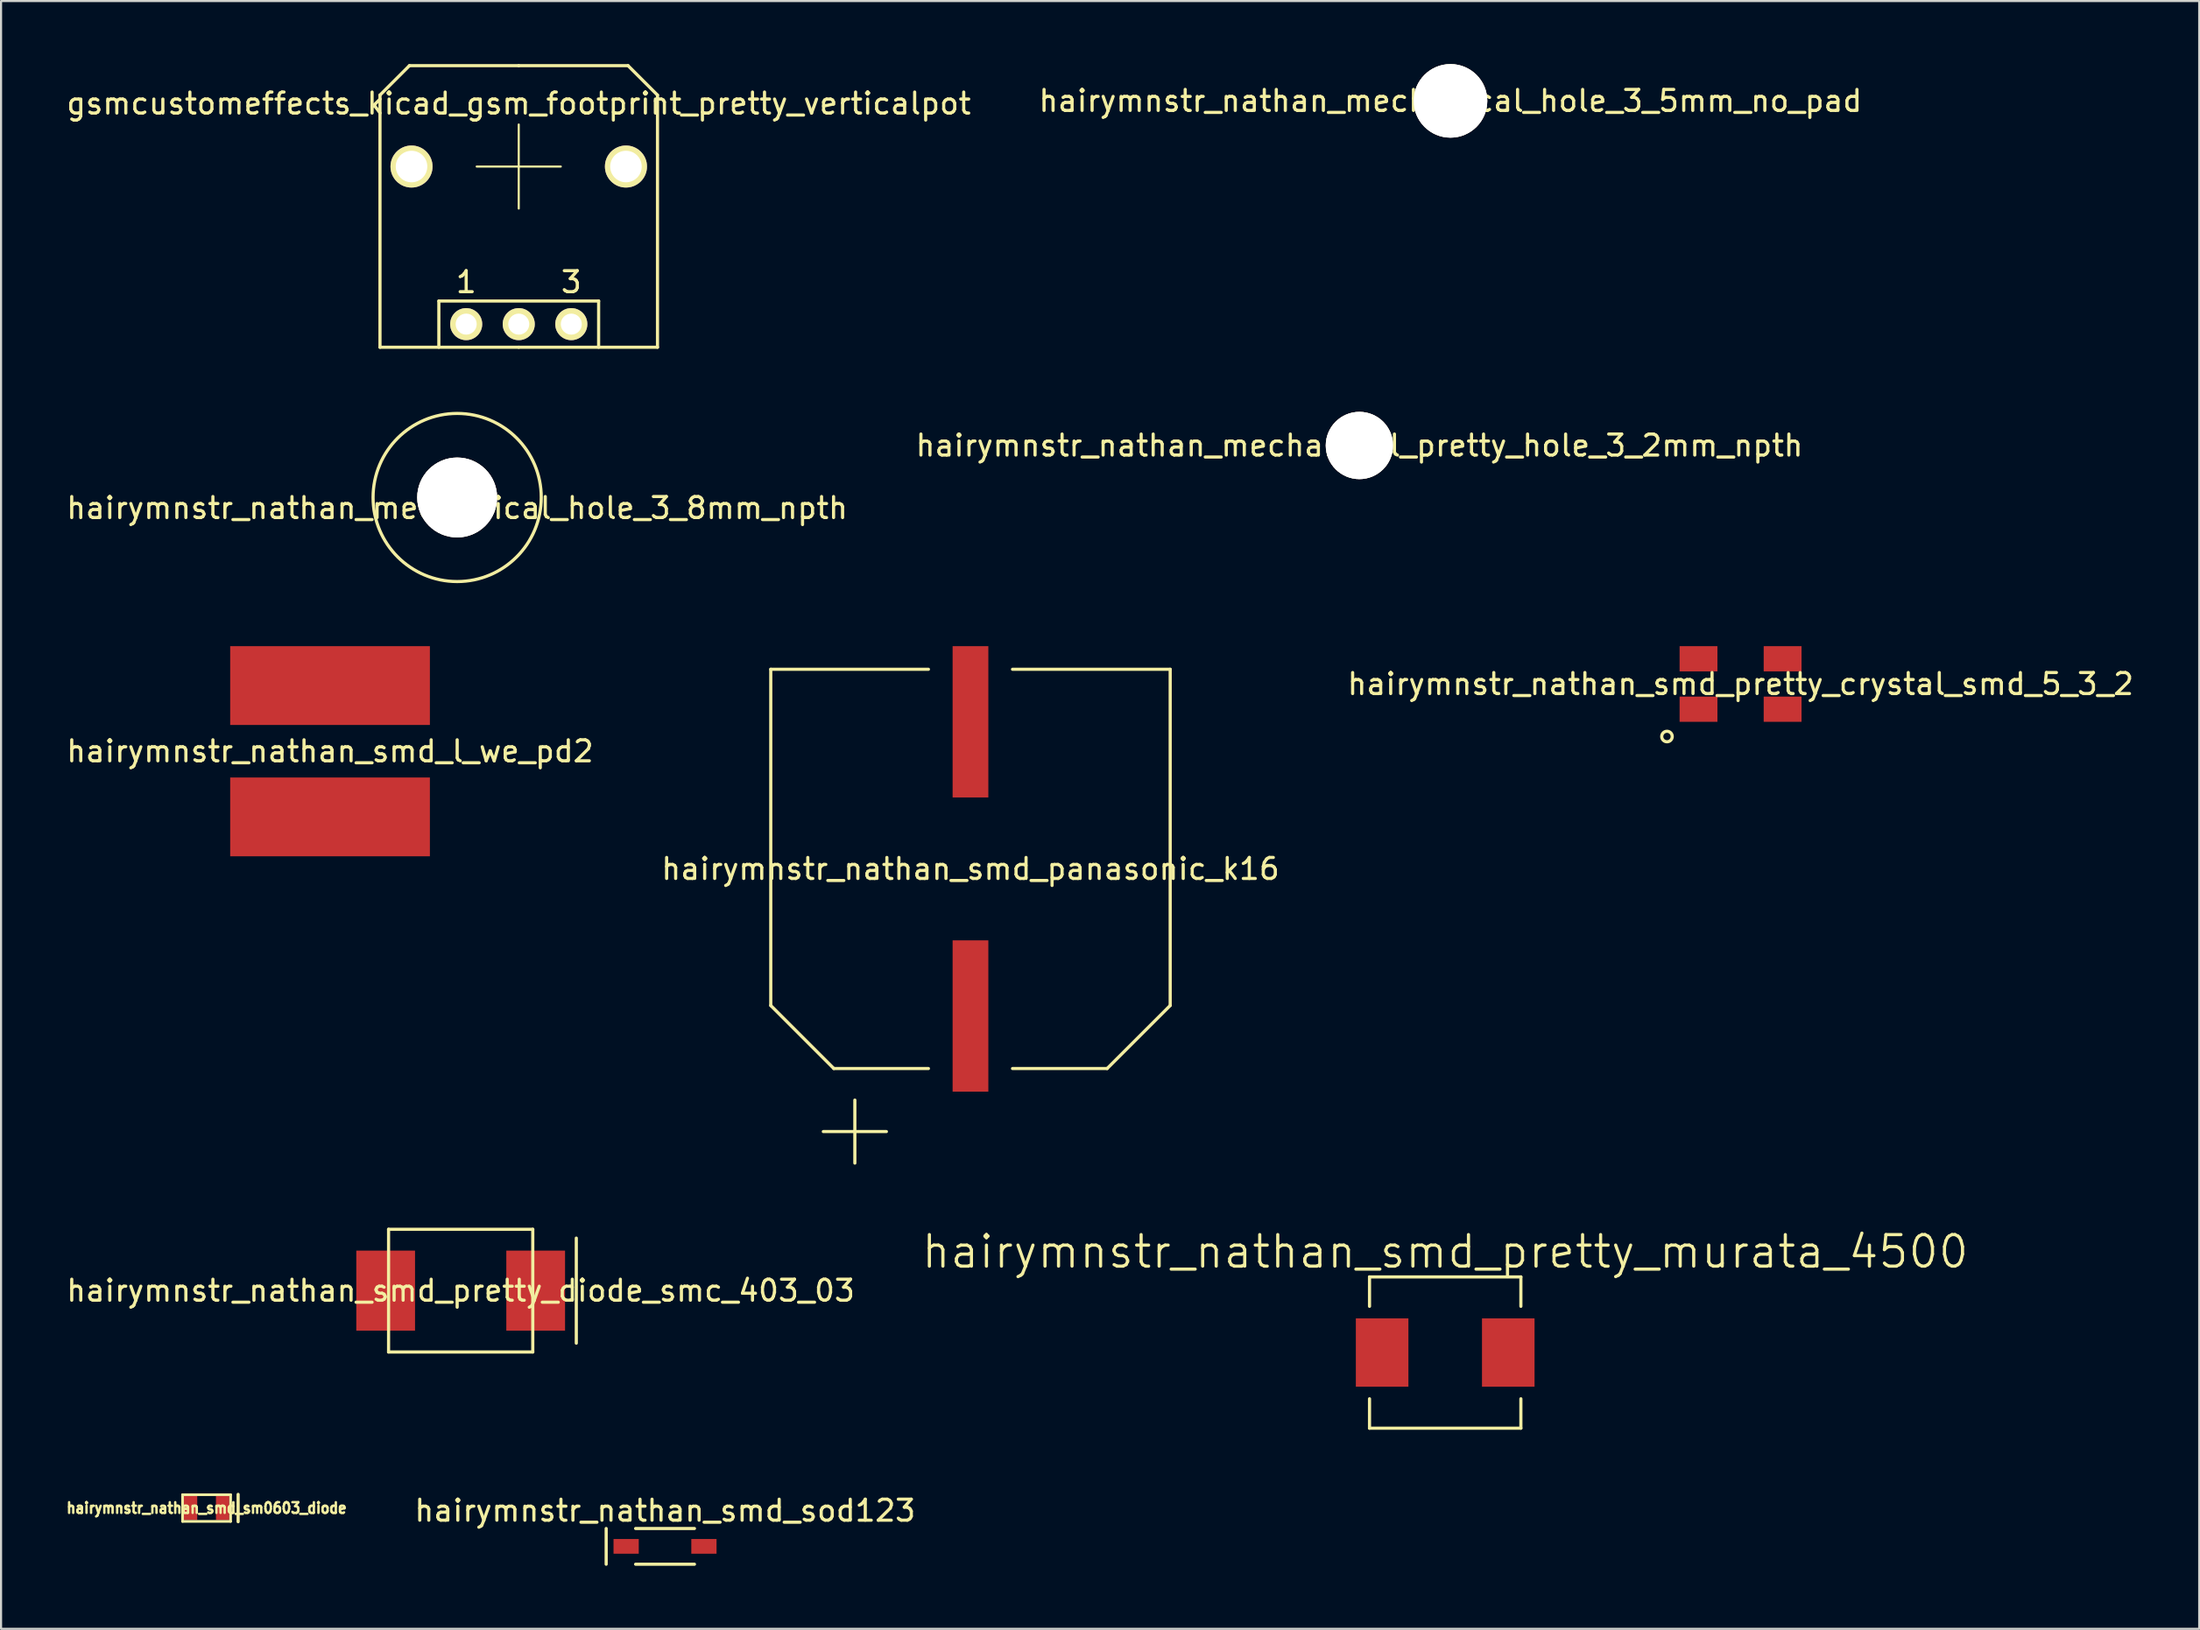
<source format=kicad_pcb>
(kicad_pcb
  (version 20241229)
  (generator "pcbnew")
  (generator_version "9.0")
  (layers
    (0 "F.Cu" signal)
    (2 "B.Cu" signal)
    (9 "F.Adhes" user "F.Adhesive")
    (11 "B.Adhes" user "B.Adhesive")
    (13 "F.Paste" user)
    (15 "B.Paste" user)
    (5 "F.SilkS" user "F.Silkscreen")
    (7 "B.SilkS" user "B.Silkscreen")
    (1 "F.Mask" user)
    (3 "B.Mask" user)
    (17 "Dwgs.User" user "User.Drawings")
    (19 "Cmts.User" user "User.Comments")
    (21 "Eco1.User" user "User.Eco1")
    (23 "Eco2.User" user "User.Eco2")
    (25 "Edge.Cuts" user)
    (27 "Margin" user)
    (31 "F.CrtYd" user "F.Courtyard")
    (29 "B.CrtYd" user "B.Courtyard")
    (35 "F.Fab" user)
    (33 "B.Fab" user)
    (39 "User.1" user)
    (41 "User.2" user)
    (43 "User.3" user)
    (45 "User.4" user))
  (footprint "hairymnstr_nathan_smd_sm0603_diode"
    (layer "F.Cu")
    (at 6.777 68.716)
    (property "Reference" "hairymnstr_nathan_smd_sm0603_diode" (at 0 0 0) (layer "F.SilkS") (effects (font (size 0.508 0.457) (thickness 0.114))))
    (attr smd)
    (fp_line (start -1.143 -0.635) (end 1.143 -0.635) (stroke (width 0.127) (type solid)) (layer "F.SilkS"))
    (fp_line (start -1.143 0.635) (end -1.143 -0.635) (stroke (width 0.127) (type solid)) (layer "F.SilkS"))
    (fp_line (start 1.143 -0.635) (end 1.143 0.635) (stroke (width 0.127) (type solid)) (layer "F.SilkS"))
    (fp_line (start 1.143 0.635) (end -1.143 0.635) (stroke (width 0.127) (type solid)) (layer "F.SilkS"))
    (fp_line (start 1.5 -0.65) (end 1.5 0.65) (stroke (width 0.15) (type solid)) (layer "F.SilkS"))
    (pad "1" smd rect (at -0.762 0) (size 0.635 1.143) (layers "F.Cu" "F.Mask" "F.Paste"))
    (pad "2" smd rect (at 0.762 0) (size 0.635 1.143) (layers "F.Cu" "F.Mask" "F.Paste")))
  (footprint "hairymnstr_nathan_smd_panasonic_k16"
    (layer "F.Cu")
    (at 43.113 38.3)
    (property "Reference" "hairymnstr_nathan_smd_panasonic_k16" (at 0 0 0) (layer "F.SilkS") (effects (font (size 1 1) (thickness 0.15))))
    (attr through_hole)
    (fp_line (start -9.5 -9.5) (end -2 -9.5) (stroke (width 0.15) (type solid)) (layer "F.SilkS"))
    (fp_line (start -9.5 6.5) (end -9.5 -9.5) (stroke (width 0.15) (type solid)) (layer "F.SilkS"))
    (fp_line (start -7 12.5) (end -4 12.5) (stroke (width 0.15) (type solid)) (layer "F.SilkS"))
    (fp_line (start -6.5 9.5) (end -9.5 6.5) (stroke (width 0.15) (type solid)) (layer "F.SilkS"))
    (fp_line (start -5.5 14) (end -5.5 11) (stroke (width 0.15) (type solid)) (layer "F.SilkS"))
    (fp_line (start -2 9.5) (end -6.5 9.5) (stroke (width 0.15) (type solid)) (layer "F.SilkS"))
    (fp_line (start 2 -9.5) (end 9.5 -9.5) (stroke (width 0.15) (type solid)) (layer "F.SilkS"))
    (fp_line (start 2 9.5) (end 6.5 9.5) (stroke (width 0.15) (type solid)) (layer "F.SilkS"))
    (fp_line (start 6.5 9.5) (end 9.5 6.5) (stroke (width 0.15) (type solid)) (layer "F.SilkS"))
    (fp_line (start 9.5 6.5) (end 9.5 -9.5) (stroke (width 0.15) (type solid)) (layer "F.SilkS"))
    (pad "1" smd rect (at 0 7) (size 1.7 7.2) (layers "F.Cu" "F.Mask" "F.Paste"))
    (pad "2" smd rect (at 0 -7) (size 1.7 7.2) (layers "F.Cu" "F.Mask" "F.Paste")))
  (footprint "hairymnstr_nathan_mechanical_pretty_hole_3_2mm_npth"
    (layer "F.Cu")
    (at 61.613 18.15)
    (property "Reference" "hairymnstr_nathan_mechanical_pretty_hole_3_2mm_npth" (at 0 0 0) (layer "F.SilkS") (effects (font (size 1 1) (thickness 0.15))))
    (attr through_hole)
    (pad "1" thru_hole circle (at 0 0) (size 3.2 3.2) (drill 3.2) (layers "*.Cu" "*.Mask" "F.SilkS")))
  (footprint "gsmcustomeffects_kicad_gsm_footprint_pretty_verticalpot"
    (layer "F.Cu")
    (at 21.625 4.875)
    (property "Reference" "gsmcustomeffects_kicad_gsm_footprint_pretty_verticalpot" (at 0 -3 0) (layer "F.SilkS") (effects (font (size 1 1) (thickness 0.15))))
    (attr through_hole)
    (fp_line (start -6.6 -3.4) (end -5.2 -4.8) (stroke (width 0.15) (type solid)) (layer "F.SilkS"))
    (fp_line (start -6.6 8.6) (end -6.6 -3.4) (stroke (width 0.15) (type solid)) (layer "F.SilkS"))
    (fp_line (start -6.6 8.6) (end 0 8.6) (stroke (width 0.15) (type solid)) (layer "F.SilkS"))
    (fp_line (start -5.2 -4.8) (end 0 -4.8) (stroke (width 0.15) (type solid)) (layer "F.SilkS"))
    (fp_line (start -3.8 6.4) (end 3.8 6.4) (stroke (width 0.15) (type solid)) (layer "F.SilkS"))
    (fp_line (start -3.8 8.6) (end -3.8 6.4) (stroke (width 0.15) (type solid)) (layer "F.SilkS"))
    (fp_line (start -2 0) (end 2 0) (stroke (width 0.1) (type solid)) (layer "F.SilkS"))
    (fp_line (start 0 -4.8) (end 5.2 -4.8) (stroke (width 0.15) (type solid)) (layer "F.SilkS"))
    (fp_line (start 0 -2) (end 0 2) (stroke (width 0.1) (type solid)) (layer "F.SilkS"))
    (fp_line (start 3.8 6.4) (end 3.8 8.6) (stroke (width 0.15) (type solid)) (layer "F.SilkS"))
    (fp_line (start 6.6 -3.4) (end 5.2 -4.8) (stroke (width 0.15) (type solid)) (layer "F.SilkS"))
    (fp_line (start 6.6 -3.4) (end 6.6 8.6) (stroke (width 0.15) (type solid)) (layer "F.SilkS"))
    (fp_line (start 6.6 8.6) (end 0 8.6) (stroke (width 0.15) (type solid)) (layer "F.SilkS"))
    (fp_text user "3" (at 2.5 5.5 0) (layer "F.SilkS") (effects (font (size 1 1) (thickness 0.15))))
    (fp_text user "1" (at -2.5 5.5 0) (layer "F.SilkS") (effects (font (size 1 1) (thickness 0.15))))
    (pad "1" thru_hole circle (at -2.5 7.5) (size 1.524 1.524) (drill 1) (layers "*.Cu" "*.Mask" "F.SilkS"))
    (pad "2" thru_hole circle (at 0 7.5) (size 1.524 1.524) (drill 1) (layers "*.Cu" "*.Mask" "F.SilkS"))
    (pad "3" thru_hole circle (at 2.5 7.5) (size 1.524 1.524) (drill 1) (layers "*.Cu" "*.Mask" "F.SilkS"))
    (pad "4" thru_hole circle (at -5.1 0) (size 2 2) (drill 1.5) (layers "*.Cu" "*.Mask" "F.SilkS"))
    (pad "5" thru_hole circle (at 5.1 0) (size 2 2) (drill 1.5) (layers "*.Cu" "*.Mask" "F.SilkS")))
  (footprint "hairymnstr_nathan_smd_l_we_pd2"
    (layer "F.Cu")
    (at 12.649 32.7)
    (property "Reference" "hairymnstr_nathan_smd_l_we_pd2" (at 0 0 0) (layer "F.SilkS") (effects (font (size 1 1) (thickness 0.15))))
    (attr through_hole)
    (pad "1" smd rect (at 0 3.125) (size 9.5 3.75) (layers "F.Cu" "F.Mask" "F.Paste"))
    (pad "2" smd rect (at 0 -3.125) (size 9.5 3.75) (layers "F.Cu" "F.Mask" "F.Paste")))
  (footprint "hairymnstr_nathan_smd_pretty_diode_smc_403_03"
    (layer "F.Cu")
    (at 18.863 58.37)
    (property "Reference" "hairymnstr_nathan_smd_pretty_diode_smc_403_03" (at 0 0 0) (layer "F.SilkS") (effects (font (size 1 1) (thickness 0.15))))
    (attr through_hole)
    (fp_line (start -3.43 -2.92) (end 3.43 -2.92) (stroke (width 0.15) (type solid)) (layer "F.SilkS"))
    (fp_line (start -3.43 2.92) (end -3.43 -2.92) (stroke (width 0.15) (type solid)) (layer "F.SilkS"))
    (fp_line (start 3.43 -2.92) (end 3.43 2.92) (stroke (width 0.15) (type solid)) (layer "F.SilkS"))
    (fp_line (start 3.43 2.92) (end -3.43 2.92) (stroke (width 0.15) (type solid)) (layer "F.SilkS"))
    (fp_line (start 5.5 -2.5) (end 5.5 2.5) (stroke (width 0.15) (type solid)) (layer "F.SilkS"))
    (pad "1" smd rect (at -3.568 0) (size 2.794 3.81) (layers "F.Cu" "F.Mask" "F.Paste"))
    (pad "2" smd rect (at 3.568 0) (size 2.794 3.81) (layers "F.Cu" "F.Mask" "F.Paste")))
  (footprint "hairymnstr_nathan_smd_pretty_crystal_smd_5_3_2"
    (layer "F.Cu")
    (at 79.744 29.5)
    (property "Reference" "hairymnstr_nathan_smd_pretty_crystal_smd_5_3_2" (at 0 0 0) (layer "F.SilkS") (effects (font (size 1 1) (thickness 0.15))))
    (attr through_hole)
    (fp_circle (center -3.5 2.5) (end -3.25 2.5) (stroke (width 0.15) (type solid)) (fill no) (layer "F.SilkS"))
    (pad "1" smd rect (at -2 1.2) (size 1.8 1.2) (layers "F.Cu" "F.Mask" "F.Paste"))
    (pad "2" smd rect (at 2 1.2) (size 1.8 1.2) (layers "F.Cu" "F.Mask" "F.Paste"))
    (pad "3" smd rect (at 2 -1.2) (size 1.8 1.2) (layers "F.Cu" "F.Mask" "F.Paste"))
    (pad "4" smd rect (at -2 -1.2) (size 1.8 1.2) (layers "F.Cu" "F.Mask" "F.Paste")))
  (footprint "hairymnstr_nathan_mechanical_hole_3_8mm_npth"
    (layer "F.Cu")
    (at 18.696 20.625)
    (property "Reference" "hairymnstr_nathan_mechanical_hole_3_8mm_npth" (at 0 0.5 0) (layer "F.SilkS") (effects (font (size 1 1) (thickness 0.15))))
    (attr through_hole)
    (fp_circle (center 0 0) (end 0 -4) (stroke (width 0.15) (type solid)) (fill no) (layer "F.SilkS"))
    (pad "1" thru_hole circle (at 0 0) (size 3.8 3.8) (drill 3.8) (layers "*.Cu" "*.Mask" "F.SilkS")))
  (footprint "hairymnstr_nathan_mechanical_hole_3_5mm_no_pad"
    (layer "F.Cu")
    (at 65.946 1.75)
    (property "Reference" "hairymnstr_nathan_mechanical_hole_3_5mm_no_pad" (at 0 0 0) (layer "F.SilkS") (effects (font (size 1 1) (thickness 0.15))))
    (attr through_hole)
    (pad "5" thru_hole circle (at 0 0) (size 3.5 3.5) (drill 3.5) (layers "*.Cu" "*.Mask" "F.SilkS")))
  (footprint "hairymnstr_nathan_smd_sod123"
    (layer "F.Cu")
    (at 28.584 70.539)
    (property "Reference" "hairymnstr_nathan_smd_sod123" (at 0 -1.7 0) (layer "F.SilkS") (effects (font (size 1 1) (thickness 0.15))))
    (attr through_hole)
    (fp_line (start -2.8 -0.85) (end -2.8 0.85) (stroke (width 0.15) (type solid)) (layer "F.SilkS"))
    (fp_line (start -1.4 0.85) (end 1.4 0.85) (stroke (width 0.15) (type solid)) (layer "F.SilkS"))
    (fp_line (start 1.4 -0.85) (end -1.4 -0.85) (stroke (width 0.15) (type solid)) (layer "F.SilkS"))
    (pad "1" smd rect (at 1.85 0) (size 1.2 0.7) (layers "F.Cu" "F.Mask" "F.Paste"))
    (pad "2" smd rect (at -1.85 0) (size 1.2 0.7) (layers "F.Cu" "F.Mask" "F.Paste")))
  (footprint "hairymnstr_nathan_smd_pretty_murata_4500"
    (layer "F.Cu")
    (at 65.694 61.316)
    (property "Reference" "hairymnstr_nathan_smd_pretty_murata_4500" (at 0 -4.8 0) (layer "F.SilkS") (effects (font (size 1.5 1.5) (thickness 0.15))))
    (attr through_hole)
    (fp_line (start -3.6 -3.6) (end 3.6 -3.6) (stroke (width 0.15) (type solid)) (layer "F.SilkS"))
    (fp_line (start -3.6 -2.2) (end -3.6 -3.6) (stroke (width 0.15) (type solid)) (layer "F.SilkS"))
    (fp_line (start -3.6 2.2) (end -3.6 3.6) (stroke (width 0.15) (type solid)) (layer "F.SilkS"))
    (fp_line (start -3.6 3.6) (end 3.6 3.6) (stroke (width 0.15) (type solid)) (layer "F.SilkS"))
    (fp_line (start 3.6 -3.6) (end 3.6 -2.2) (stroke (width 0.15) (type solid)) (layer "F.SilkS"))
    (fp_line (start 3.6 3.6) (end 3.6 2.2) (stroke (width 0.15) (type solid)) (layer "F.SilkS"))
    (pad "1" smd rect (at -3 0) (size 2.5 3.25) (layers "F.Cu" "F.Mask" "F.Paste"))
    (pad "2" smd rect (at 3 0) (size 2.5 3.25) (layers "F.Cu" "F.Mask" "F.Paste")))
  (gr_rect
    (start -3 -3)
    (end 101.56 74.464)
    (stroke (width 0.1) (type default))
    (fill no)
    (layer "Edge.Cuts")))
</source>
